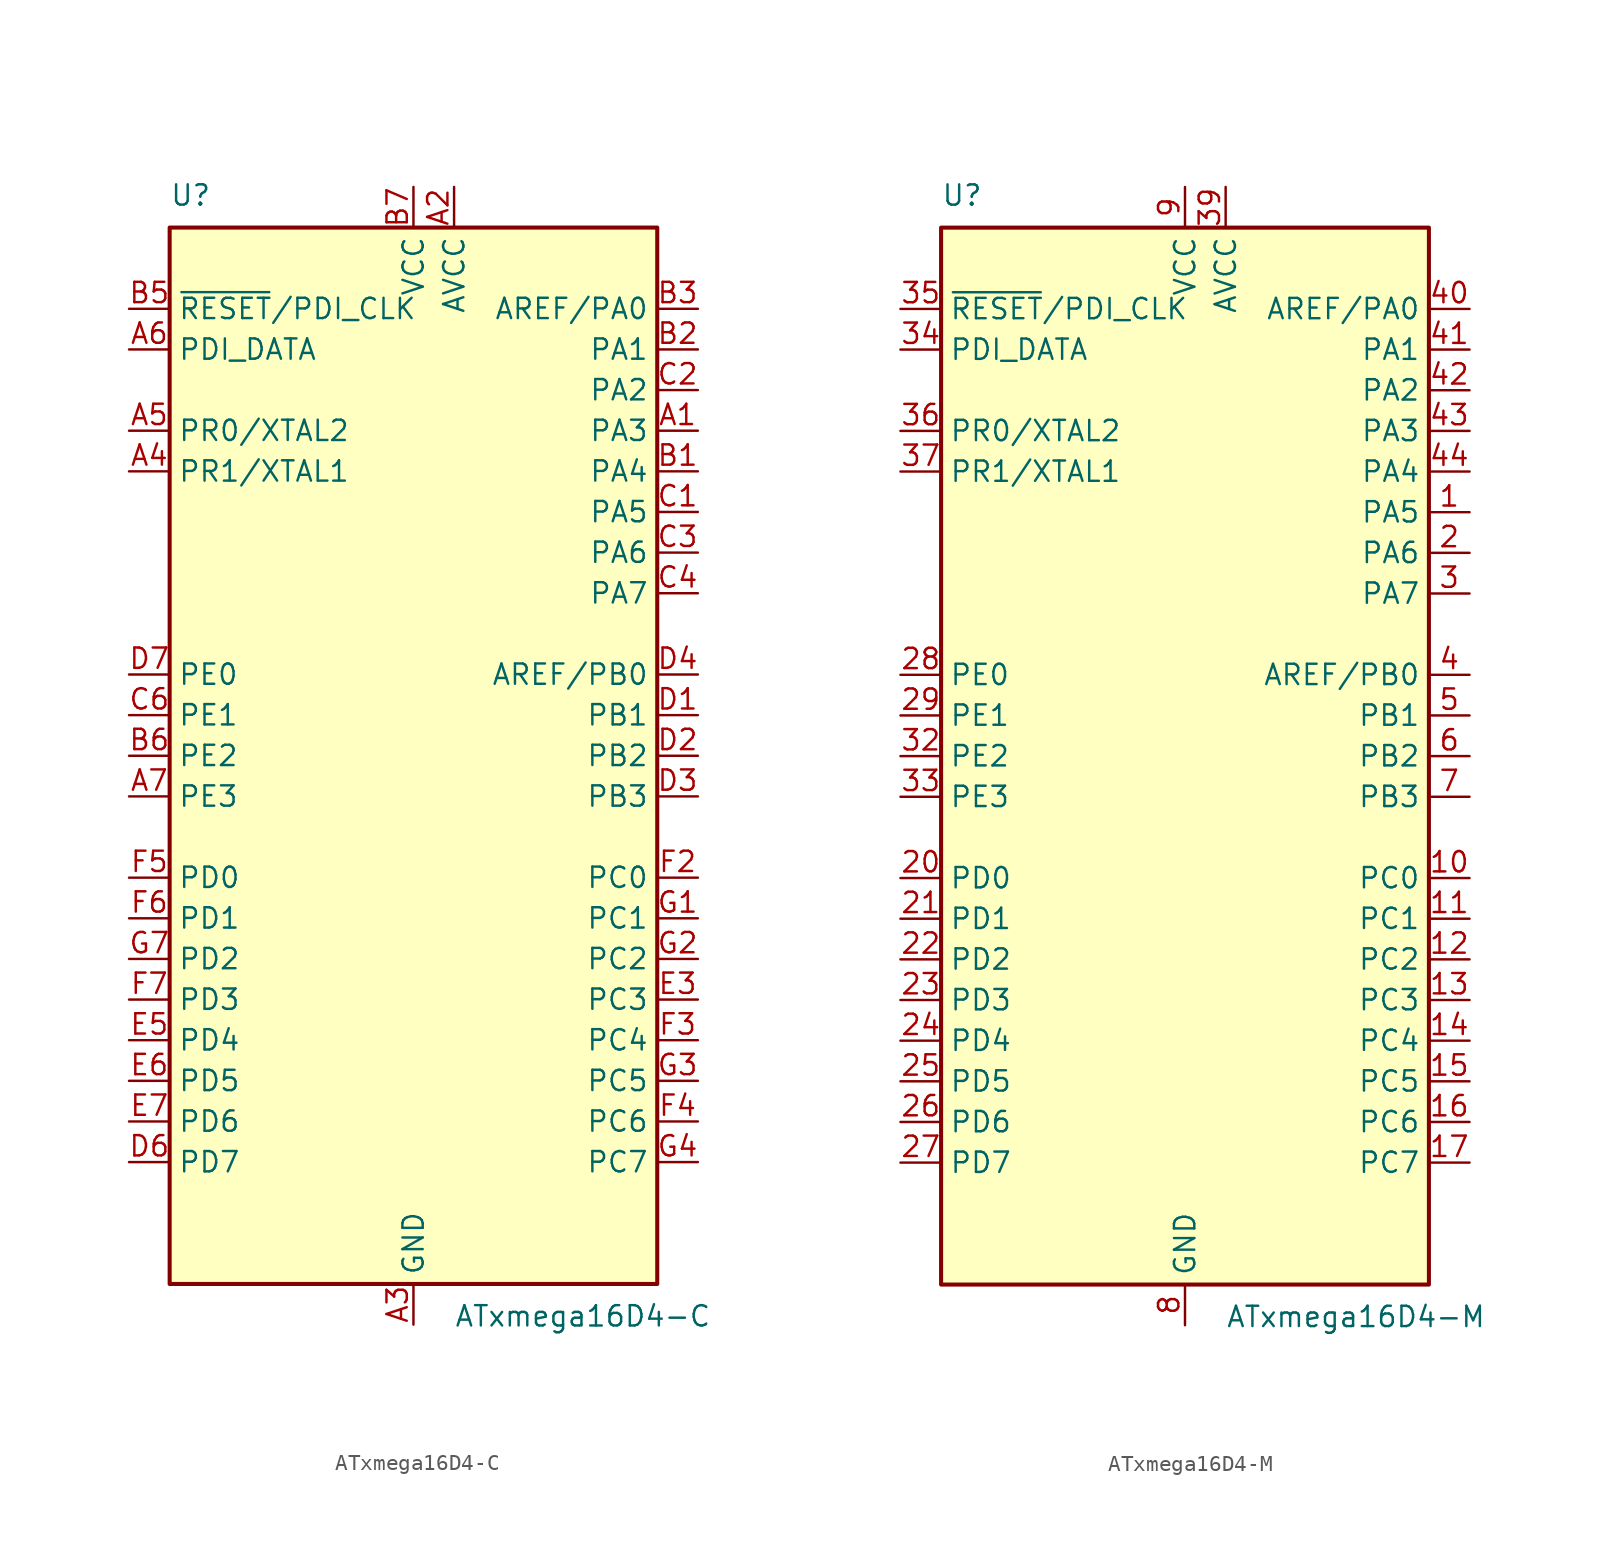
<source format=kicad_sym>
(kicad_symbol_lib
  (version 20231120)
  (generator "kicad_symbol_editor")
  (generator_version "8.0")
  (symbol "ATxmega16D4-C"
    (property "Reference" "U"
      (at -15.24 34.29 0)
      (effects (font (size 1.27 1.27)) (justify left bottom)))
    (property "Value" "ATxmega16D4-C"
      (at 2.54 -34.29 0)
      (effects (font (size 1.27 1.27)) (justify left top)))
    (symbol "ATxmega16D4-C_0_1"
      (rectangle (start -15.24 -33.02) (end 15.24 33.02) (stroke (width 0.254) (type default)) (fill (type background))))
    (symbol "ATxmega16D4-C_1_1"
      (pin bidirectional line (at 17.78 20.32 180) (length 2.54) (name "PA3" (effects (font (size 1.27 1.27)))) (number "A1" (effects (font (size 1.27 1.27)))))
      (pin power_in line (at 2.54 35.56 270) (length 2.54) (name "AVCC" (effects (font (size 1.27 1.27)))) (number "A2" (effects (font (size 1.27 1.27)))))
      (pin power_in line (at 0 -35.56 90) (length 2.54) (name "GND" (effects (font (size 1.27 1.27)))) (number "A3" (effects (font (size 1.27 1.27)))))
      (pin bidirectional line (at -17.78 17.78 0) (length 2.54) (name "PR1/XTAL1" (effects (font (size 1.27 1.27)))) (number "A4" (effects (font (size 1.27 1.27)))))
      (pin bidirectional line (at -17.78 20.32 0) (length 2.54) (name "PR0/XTAL2" (effects (font (size 1.27 1.27)))) (number "A5" (effects (font (size 1.27 1.27)))))
      (pin bidirectional line (at -17.78 25.4 0) (length 2.54) (name "PDI_DATA" (effects (font (size 1.27 1.27)))) (number "A6" (effects (font (size 1.27 1.27)))))
      (pin bidirectional line (at -17.78 -2.54 0) (length 2.54) (name "PE3" (effects (font (size 1.27 1.27)))) (number "A7" (effects (font (size 1.27 1.27)))))
      (pin bidirectional line (at 17.78 17.78 180) (length 2.54) (name "PA4" (effects (font (size 1.27 1.27)))) (number "B1" (effects (font (size 1.27 1.27)))))
      (pin bidirectional line (at 17.78 25.4 180) (length 2.54) (name "PA1" (effects (font (size 1.27 1.27)))) (number "B2" (effects (font (size 1.27 1.27)))))
      (pin bidirectional line (at 17.78 27.94 180) (length 2.54) (name "AREF/PA0" (effects (font (size 1.27 1.27)))) (number "B3" (effects (font (size 1.27 1.27)))))
      (pin passive line (at 0 -35.56 90) (length 2.54) hide (name "GND" (effects (font (size 1.27 1.27)))) (number "B4" (effects (font (size 1.27 1.27)))))
      (pin input line (at -17.78 27.94 0) (length 2.54) (name "~{RESET}/PDI_CLK" (effects (font (size 1.27 1.27)))) (number "B5" (effects (font (size 1.27 1.27)))))
      (pin bidirectional line (at -17.78 0 0) (length 2.54) (name "PE2" (effects (font (size 1.27 1.27)))) (number "B6" (effects (font (size 1.27 1.27)))))
      (pin power_in line (at 0 35.56 270) (length 2.54) (name "VCC" (effects (font (size 1.27 1.27)))) (number "B7" (effects (font (size 1.27 1.27)))))
      (pin bidirectional line (at 17.78 15.24 180) (length 2.54) (name "PA5" (effects (font (size 1.27 1.27)))) (number "C1" (effects (font (size 1.27 1.27)))))
      (pin bidirectional line (at 17.78 22.86 180) (length 2.54) (name "PA2" (effects (font (size 1.27 1.27)))) (number "C2" (effects (font (size 1.27 1.27)))))
      (pin bidirectional line (at 17.78 12.7 180) (length 2.54) (name "PA6" (effects (font (size 1.27 1.27)))) (number "C3" (effects (font (size 1.27 1.27)))))
      (pin bidirectional line (at 17.78 10.16 180) (length 2.54) (name "PA7" (effects (font (size 1.27 1.27)))) (number "C4" (effects (font (size 1.27 1.27)))))
      (pin passive line (at 0 -35.56 90) (length 2.54) hide (name "GND" (effects (font (size 1.27 1.27)))) (number "C5" (effects (font (size 1.27 1.27)))))
      (pin bidirectional line (at -17.78 2.54 0) (length 2.54) (name "PE1" (effects (font (size 1.27 1.27)))) (number "C6" (effects (font (size 1.27 1.27)))))
      (pin passive line (at 0 -35.56 90) (length 2.54) hide (name "GND" (effects (font (size 1.27 1.27)))) (number "C7" (effects (font (size 1.27 1.27)))))
      (pin bidirectional line (at 17.78 2.54 180) (length 2.54) (name "PB1" (effects (font (size 1.27 1.27)))) (number "D1" (effects (font (size 1.27 1.27)))))
      (pin bidirectional line (at 17.78 0 180) (length 2.54) (name "PB2" (effects (font (size 1.27 1.27)))) (number "D2" (effects (font (size 1.27 1.27)))))
      (pin bidirectional line (at 17.78 -2.54 180) (length 2.54) (name "PB3" (effects (font (size 1.27 1.27)))) (number "D3" (effects (font (size 1.27 1.27)))))
      (pin bidirectional line (at 17.78 5.08 180) (length 2.54) (name "AREF/PB0" (effects (font (size 1.27 1.27)))) (number "D4" (effects (font (size 1.27 1.27)))))
      (pin passive line (at 0 -35.56 90) (length 2.54) hide (name "GND" (effects (font (size 1.27 1.27)))) (number "D5" (effects (font (size 1.27 1.27)))))
      (pin bidirectional line (at -17.78 -25.4 0) (length 2.54) (name "PD7" (effects (font (size 1.27 1.27)))) (number "D6" (effects (font (size 1.27 1.27)))))
      (pin bidirectional line (at -17.78 5.08 0) (length 2.54) (name "PE0" (effects (font (size 1.27 1.27)))) (number "D7" (effects (font (size 1.27 1.27)))))
      (pin passive line (at 0 -35.56 90) (length 2.54) hide (name "GND" (effects (font (size 1.27 1.27)))) (number "E1" (effects (font (size 1.27 1.27)))))
      (pin passive line (at 0 -35.56 90) (length 2.54) hide (name "GND" (effects (font (size 1.27 1.27)))) (number "E2" (effects (font (size 1.27 1.27)))))
      (pin bidirectional line (at 17.78 -15.24 180) (length 2.54) (name "PC3" (effects (font (size 1.27 1.27)))) (number "E3" (effects (font (size 1.27 1.27)))))
      (pin passive line (at 0 -35.56 90) (length 2.54) hide (name "GND" (effects (font (size 1.27 1.27)))) (number "E4" (effects (font (size 1.27 1.27)))))
      (pin bidirectional line (at -17.78 -17.78 0) (length 2.54) (name "PD4" (effects (font (size 1.27 1.27)))) (number "E5" (effects (font (size 1.27 1.27)))))
      (pin bidirectional line (at -17.78 -20.32 0) (length 2.54) (name "PD5" (effects (font (size 1.27 1.27)))) (number "E6" (effects (font (size 1.27 1.27)))))
      (pin bidirectional line (at -17.78 -22.86 0) (length 2.54) (name "PD6" (effects (font (size 1.27 1.27)))) (number "E7" (effects (font (size 1.27 1.27)))))
      (pin passive line (at 0 35.56 270) (length 2.54) hide (name "VCC" (effects (font (size 1.27 1.27)))) (number "F1" (effects (font (size 1.27 1.27)))))
      (pin bidirectional line (at 17.78 -7.62 180) (length 2.54) (name "PC0" (effects (font (size 1.27 1.27)))) (number "F2" (effects (font (size 1.27 1.27)))))
      (pin bidirectional line (at 17.78 -17.78 180) (length 2.54) (name "PC4" (effects (font (size 1.27 1.27)))) (number "F3" (effects (font (size 1.27 1.27)))))
      (pin bidirectional line (at 17.78 -22.86 180) (length 2.54) (name "PC6" (effects (font (size 1.27 1.27)))) (number "F4" (effects (font (size 1.27 1.27)))))
      (pin bidirectional line (at -17.78 -7.62 0) (length 2.54) (name "PD0" (effects (font (size 1.27 1.27)))) (number "F5" (effects (font (size 1.27 1.27)))))
      (pin bidirectional line (at -17.78 -10.16 0) (length 2.54) (name "PD1" (effects (font (size 1.27 1.27)))) (number "F6" (effects (font (size 1.27 1.27)))))
      (pin bidirectional line (at -17.78 -15.24 0) (length 2.54) (name "PD3" (effects (font (size 1.27 1.27)))) (number "F7" (effects (font (size 1.27 1.27)))))
      (pin bidirectional line (at 17.78 -10.16 180) (length 2.54) (name "PC1" (effects (font (size 1.27 1.27)))) (number "G1" (effects (font (size 1.27 1.27)))))
      (pin bidirectional line (at 17.78 -12.7 180) (length 2.54) (name "PC2" (effects (font (size 1.27 1.27)))) (number "G2" (effects (font (size 1.27 1.27)))))
      (pin bidirectional line (at 17.78 -20.32 180) (length 2.54) (name "PC5" (effects (font (size 1.27 1.27)))) (number "G3" (effects (font (size 1.27 1.27)))))
      (pin bidirectional line (at 17.78 -25.4 180) (length 2.54) (name "PC7" (effects (font (size 1.27 1.27)))) (number "G4" (effects (font (size 1.27 1.27)))))
      (pin passive line (at 0 -35.56 90) (length 2.54) hide (name "GND" (effects (font (size 1.27 1.27)))) (number "G5" (effects (font (size 1.27 1.27)))))
      (pin passive line (at 0 35.56 270) (length 2.54) hide (name "VCC" (effects (font (size 1.27 1.27)))) (number "G6" (effects (font (size 1.27 1.27)))))
      (pin bidirectional line (at -17.78 -12.7 0) (length 2.54) (name "PD2" (effects (font (size 1.27 1.27)))) (number "G7" (effects (font (size 1.27 1.27)))))))
  (symbol "ATxmega16D4-M"
    (property "Reference" "U"
      (at -15.24 34.29 0)
      (effects (font (size 1.27 1.27)) (justify left bottom)))
    (property "Value" "ATxmega16D4-M"
      (at 2.54 -34.29 0)
      (effects (font (size 1.27 1.27)) (justify left top)))
    (symbol "ATxmega16D4-M_0_1"
      (rectangle (start -15.24 -33.02) (end 15.24 33.02) (stroke (width 0.254) (type default)) (fill (type background))))
    (symbol "ATxmega16D4-M_1_1"
      (pin bidirectional line (at 17.78 15.24 180) (length 2.54) (name "PA5" (effects (font (size 1.27 1.27)))) (number "1" (effects (font (size 1.27 1.27)))))
      (pin bidirectional line (at 17.78 -7.62 180) (length 2.54) (name "PC0" (effects (font (size 1.27 1.27)))) (number "10" (effects (font (size 1.27 1.27)))))
      (pin bidirectional line (at 17.78 -10.16 180) (length 2.54) (name "PC1" (effects (font (size 1.27 1.27)))) (number "11" (effects (font (size 1.27 1.27)))))
      (pin bidirectional line (at 17.78 -12.7 180) (length 2.54) (name "PC2" (effects (font (size 1.27 1.27)))) (number "12" (effects (font (size 1.27 1.27)))))
      (pin bidirectional line (at 17.78 -15.24 180) (length 2.54) (name "PC3" (effects (font (size 1.27 1.27)))) (number "13" (effects (font (size 1.27 1.27)))))
      (pin bidirectional line (at 17.78 -17.78 180) (length 2.54) (name "PC4" (effects (font (size 1.27 1.27)))) (number "14" (effects (font (size 1.27 1.27)))))
      (pin bidirectional line (at 17.78 -20.32 180) (length 2.54) (name "PC5" (effects (font (size 1.27 1.27)))) (number "15" (effects (font (size 1.27 1.27)))))
      (pin bidirectional line (at 17.78 -22.86 180) (length 2.54) (name "PC6" (effects (font (size 1.27 1.27)))) (number "16" (effects (font (size 1.27 1.27)))))
      (pin bidirectional line (at 17.78 -25.4 180) (length 2.54) (name "PC7" (effects (font (size 1.27 1.27)))) (number "17" (effects (font (size 1.27 1.27)))))
      (pin passive line (at 0 -35.56 90) (length 2.54) hide (name "GND" (effects (font (size 1.27 1.27)))) (number "18" (effects (font (size 1.27 1.27)))))
      (pin passive line (at 0 35.56 270) (length 2.54) hide (name "VCC" (effects (font (size 1.27 1.27)))) (number "19" (effects (font (size 1.27 1.27)))))
      (pin bidirectional line (at 17.78 12.7 180) (length 2.54) (name "PA6" (effects (font (size 1.27 1.27)))) (number "2" (effects (font (size 1.27 1.27)))))
      (pin bidirectional line (at -17.78 -7.62 0) (length 2.54) (name "PD0" (effects (font (size 1.27 1.27)))) (number "20" (effects (font (size 1.27 1.27)))))
      (pin bidirectional line (at -17.78 -10.16 0) (length 2.54) (name "PD1" (effects (font (size 1.27 1.27)))) (number "21" (effects (font (size 1.27 1.27)))))
      (pin bidirectional line (at -17.78 -12.7 0) (length 2.54) (name "PD2" (effects (font (size 1.27 1.27)))) (number "22" (effects (font (size 1.27 1.27)))))
      (pin bidirectional line (at -17.78 -15.24 0) (length 2.54) (name "PD3" (effects (font (size 1.27 1.27)))) (number "23" (effects (font (size 1.27 1.27)))))
      (pin bidirectional line (at -17.78 -17.78 0) (length 2.54) (name "PD4" (effects (font (size 1.27 1.27)))) (number "24" (effects (font (size 1.27 1.27)))))
      (pin bidirectional line (at -17.78 -20.32 0) (length 2.54) (name "PD5" (effects (font (size 1.27 1.27)))) (number "25" (effects (font (size 1.27 1.27)))))
      (pin bidirectional line (at -17.78 -22.86 0) (length 2.54) (name "PD6" (effects (font (size 1.27 1.27)))) (number "26" (effects (font (size 1.27 1.27)))))
      (pin bidirectional line (at -17.78 -25.4 0) (length 2.54) (name "PD7" (effects (font (size 1.27 1.27)))) (number "27" (effects (font (size 1.27 1.27)))))
      (pin bidirectional line (at -17.78 5.08 0) (length 2.54) (name "PE0" (effects (font (size 1.27 1.27)))) (number "28" (effects (font (size 1.27 1.27)))))
      (pin bidirectional line (at -17.78 2.54 0) (length 2.54) (name "PE1" (effects (font (size 1.27 1.27)))) (number "29" (effects (font (size 1.27 1.27)))))
      (pin bidirectional line (at 17.78 10.16 180) (length 2.54) (name "PA7" (effects (font (size 1.27 1.27)))) (number "3" (effects (font (size 1.27 1.27)))))
      (pin passive line (at 0 -35.56 90) (length 2.54) hide (name "GND" (effects (font (size 1.27 1.27)))) (number "30" (effects (font (size 1.27 1.27)))))
      (pin passive line (at 0 35.56 270) (length 2.54) hide (name "VCC" (effects (font (size 1.27 1.27)))) (number "31" (effects (font (size 1.27 1.27)))))
      (pin bidirectional line (at -17.78 0 0) (length 2.54) (name "PE2" (effects (font (size 1.27 1.27)))) (number "32" (effects (font (size 1.27 1.27)))))
      (pin bidirectional line (at -17.78 -2.54 0) (length 2.54) (name "PE3" (effects (font (size 1.27 1.27)))) (number "33" (effects (font (size 1.27 1.27)))))
      (pin bidirectional line (at -17.78 25.4 0) (length 2.54) (name "PDI_DATA" (effects (font (size 1.27 1.27)))) (number "34" (effects (font (size 1.27 1.27)))))
      (pin input line (at -17.78 27.94 0) (length 2.54) (name "~{RESET}/PDI_CLK" (effects (font (size 1.27 1.27)))) (number "35" (effects (font (size 1.27 1.27)))))
      (pin bidirectional line (at -17.78 20.32 0) (length 2.54) (name "PR0/XTAL2" (effects (font (size 1.27 1.27)))) (number "36" (effects (font (size 1.27 1.27)))))
      (pin bidirectional line (at -17.78 17.78 0) (length 2.54) (name "PR1/XTAL1" (effects (font (size 1.27 1.27)))) (number "37" (effects (font (size 1.27 1.27)))))
      (pin passive line (at 0 -35.56 90) (length 2.54) hide (name "GND" (effects (font (size 1.27 1.27)))) (number "38" (effects (font (size 1.27 1.27)))))
      (pin power_in line (at 2.54 35.56 270) (length 2.54) (name "AVCC" (effects (font (size 1.27 1.27)))) (number "39" (effects (font (size 1.27 1.27)))))
      (pin bidirectional line (at 17.78 5.08 180) (length 2.54) (name "AREF/PB0" (effects (font (size 1.27 1.27)))) (number "4" (effects (font (size 1.27 1.27)))))
      (pin bidirectional line (at 17.78 27.94 180) (length 2.54) (name "AREF/PA0" (effects (font (size 1.27 1.27)))) (number "40" (effects (font (size 1.27 1.27)))))
      (pin bidirectional line (at 17.78 25.4 180) (length 2.54) (name "PA1" (effects (font (size 1.27 1.27)))) (number "41" (effects (font (size 1.27 1.27)))))
      (pin bidirectional line (at 17.78 22.86 180) (length 2.54) (name "PA2" (effects (font (size 1.27 1.27)))) (number "42" (effects (font (size 1.27 1.27)))))
      (pin bidirectional line (at 17.78 20.32 180) (length 2.54) (name "PA3" (effects (font (size 1.27 1.27)))) (number "43" (effects (font (size 1.27 1.27)))))
      (pin bidirectional line (at 17.78 17.78 180) (length 2.54) (name "PA4" (effects (font (size 1.27 1.27)))) (number "44" (effects (font (size 1.27 1.27)))))
      (pin passive line (at 0 -35.56 90) (length 2.54) hide (name "GND" (effects (font (size 1.27 1.27)))) (number "45" (effects (font (size 1.27 1.27)))))
      (pin bidirectional line (at 17.78 2.54 180) (length 2.54) (name "PB1" (effects (font (size 1.27 1.27)))) (number "5" (effects (font (size 1.27 1.27)))))
      (pin bidirectional line (at 17.78 0 180) (length 2.54) (name "PB2" (effects (font (size 1.27 1.27)))) (number "6" (effects (font (size 1.27 1.27)))))
      (pin bidirectional line (at 17.78 -2.54 180) (length 2.54) (name "PB3" (effects (font (size 1.27 1.27)))) (number "7" (effects (font (size 1.27 1.27)))))
      (pin power_in line (at 0 -35.56 90) (length 2.54) (name "GND" (effects (font (size 1.27 1.27)))) (number "8" (effects (font (size 1.27 1.27)))))
      (pin power_in line (at 0 35.56 270) (length 2.54) (name "VCC" (effects (font (size 1.27 1.27)))) (number "9" (effects (font (size 1.27 1.27))))))))
</source>
